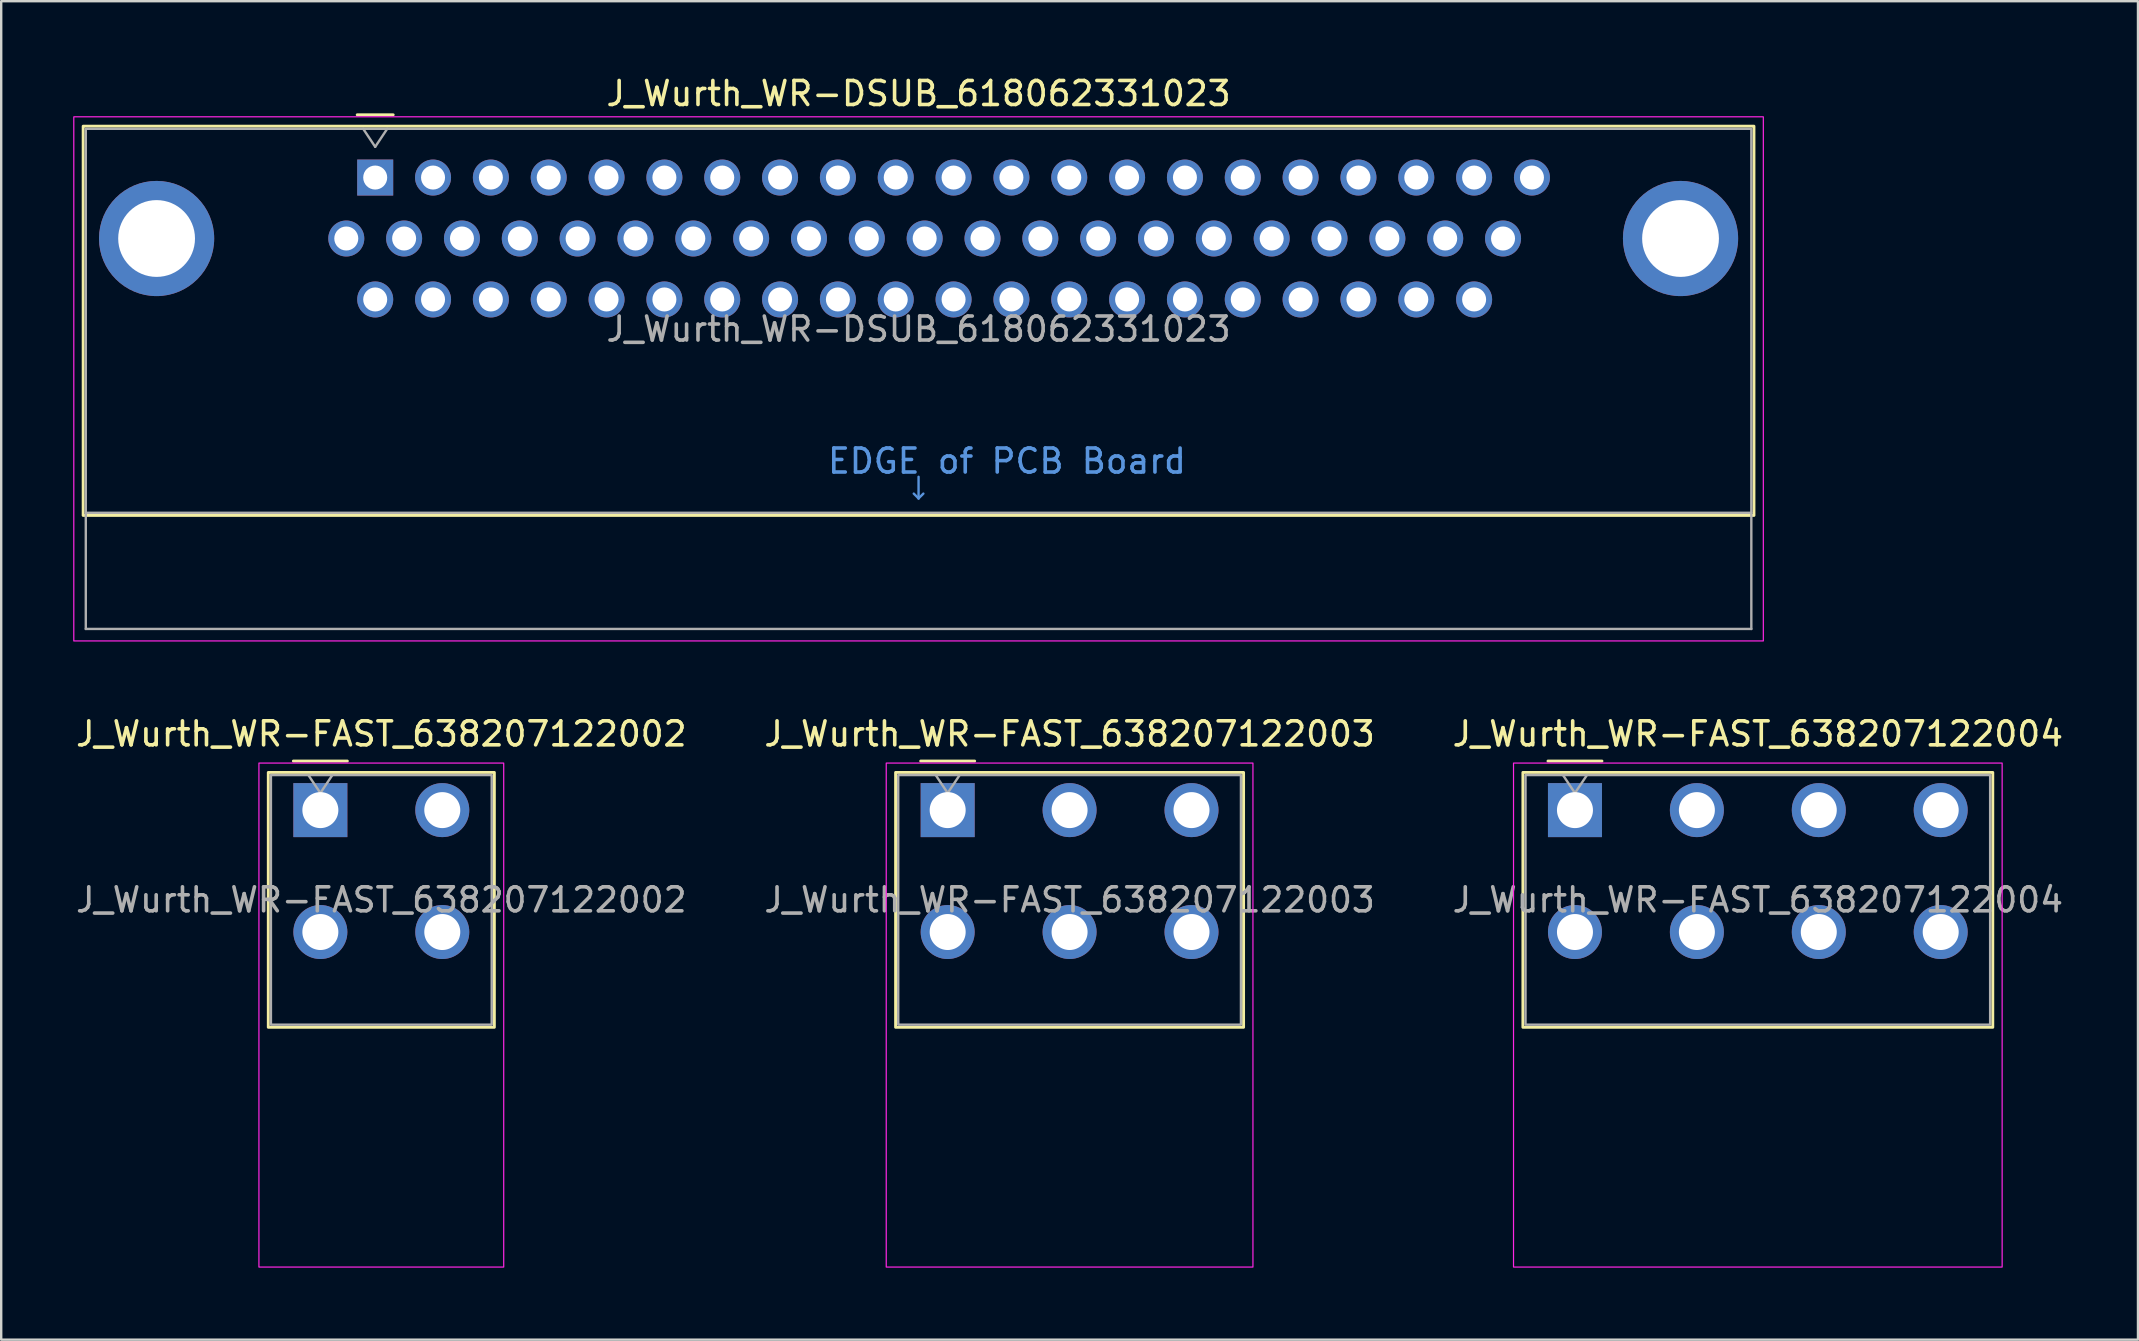
<source format=kicad_pcb>
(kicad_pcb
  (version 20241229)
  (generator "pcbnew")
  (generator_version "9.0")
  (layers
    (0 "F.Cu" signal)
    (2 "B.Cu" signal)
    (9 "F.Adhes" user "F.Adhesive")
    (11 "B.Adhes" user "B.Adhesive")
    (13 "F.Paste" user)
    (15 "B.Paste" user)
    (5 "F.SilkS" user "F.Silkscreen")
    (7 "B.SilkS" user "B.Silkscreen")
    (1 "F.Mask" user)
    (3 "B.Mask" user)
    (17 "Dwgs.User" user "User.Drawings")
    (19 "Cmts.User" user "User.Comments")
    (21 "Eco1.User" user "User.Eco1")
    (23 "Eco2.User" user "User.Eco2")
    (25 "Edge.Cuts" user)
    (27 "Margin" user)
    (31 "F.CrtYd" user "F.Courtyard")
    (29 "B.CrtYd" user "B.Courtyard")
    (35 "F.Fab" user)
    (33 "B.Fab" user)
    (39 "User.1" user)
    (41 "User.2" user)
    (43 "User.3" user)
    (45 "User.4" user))
  (footprint "J_Wurth_WR-FAST_638207122003"
    (layer "F.Cu")
    (at 36.438 30.706)
    (property "Reference" "J_Wurth_WR-FAST_638207122003" (at 5.08 -3.175 0) (unlocked yes) (layer "F.SilkS") (effects (font (size 1 1) (thickness 0.15))))
    (attr through_hole)
    (fp_line (start -1.125 -2.045) (end 1.125 -2.045) (stroke (width 0.12) (type solid)) (layer "F.SilkS"))
    (fp_rect (start -2.17 -1.57) (end 12.33 9.05) (stroke (width 0.12) (type solid)) (fill no) (layer "F.SilkS"))
    (fp_rect (start -2.56 -1.96) (end 12.72 19.04) (stroke (width 0.05) (type solid)) (fill no) (layer "F.CrtYd"))
    (fp_line (start 0 -0.71) (end -0.5 -1.46) (stroke (width 0.1) (type solid)) (layer "F.Fab"))
    (fp_line (start 0 -0.71) (end 0.5 -1.46) (stroke (width 0.1) (type solid)) (layer "F.Fab"))
    (fp_rect (start -2.06 -1.46) (end 12.22 8.94) (stroke (width 0.1) (type solid)) (fill no) (layer "F.Fab"))
    (fp_text user "${REFERENCE}" (at 5.08 3.74 0) (unlocked yes) (layer "F.Fab") (effects (font (size 1 1) (thickness 0.15))))
    (pad "1" thru_hole rect (at 0 0) (size 2.25 2.25) (drill 1.5) (layers "*.Cu" "*.Mask"))
    (pad "2" thru_hole circle (at 5.08 0) (size 2.25 2.25) (drill 1.5) (layers "*.Cu" "*.Mask"))
    (pad "3" thru_hole circle (at 10.16 0) (size 2.25 2.25) (drill 1.5) (layers "*.Cu" "*.Mask"))
    (pad "A1" thru_hole circle (at 0 5.08) (size 2.25 2.25) (drill 1.5) (layers "*.Cu" "*.Mask"))
    (pad "A2" thru_hole circle (at 5.08 5.08) (size 2.25 2.25) (drill 1.5) (layers "*.Cu" "*.Mask"))
    (pad "A3" thru_hole circle (at 10.16 5.08) (size 2.25 2.25) (drill 1.5) (layers "*.Cu" "*.Mask")))
  (footprint "J_Wurth_WR-FAST_638207122004"
    (layer "F.Cu")
    (at 62.576 30.706)
    (property "Reference" "J_Wurth_WR-FAST_638207122004" (at 7.62 -3.175 0) (unlocked yes) (layer "F.SilkS") (effects (font (size 1 1) (thickness 0.15))))
    (attr through_hole)
    (fp_line (start -1.125 -2.045) (end 1.125 -2.045) (stroke (width 0.12) (type solid)) (layer "F.SilkS"))
    (fp_rect (start -2.17 -1.57) (end 17.41 9.05) (stroke (width 0.12) (type solid)) (fill no) (layer "F.SilkS"))
    (fp_rect (start -2.56 -1.96) (end 17.8 19.04) (stroke (width 0.05) (type solid)) (fill no) (layer "F.CrtYd"))
    (fp_line (start 0 -0.71) (end -0.5 -1.46) (stroke (width 0.1) (type solid)) (layer "F.Fab"))
    (fp_line (start 0 -0.71) (end 0.5 -1.46) (stroke (width 0.1) (type solid)) (layer "F.Fab"))
    (fp_rect (start -2.06 -1.46) (end 17.3 8.94) (stroke (width 0.1) (type solid)) (fill no) (layer "F.Fab"))
    (fp_text user "${REFERENCE}" (at 7.62 3.74 0) (unlocked yes) (layer "F.Fab") (effects (font (size 1 1) (thickness 0.15))))
    (pad "1" thru_hole rect (at 0 0) (size 2.25 2.25) (drill 1.5) (layers "*.Cu" "*.Mask"))
    (pad "2" thru_hole circle (at 5.08 0) (size 2.25 2.25) (drill 1.5) (layers "*.Cu" "*.Mask"))
    (pad "3" thru_hole circle (at 10.16 0) (size 2.25 2.25) (drill 1.5) (layers "*.Cu" "*.Mask"))
    (pad "4" thru_hole circle (at 15.24 0) (size 2.25 2.25) (drill 1.5) (layers "*.Cu" "*.Mask"))
    (pad "A1" thru_hole circle (at 0 5.08) (size 2.25 2.25) (drill 1.5) (layers "*.Cu" "*.Mask"))
    (pad "A2" thru_hole circle (at 5.08 5.08) (size 2.25 2.25) (drill 1.5) (layers "*.Cu" "*.Mask"))
    (pad "A3" thru_hole circle (at 10.16 5.08) (size 2.25 2.25) (drill 1.5) (layers "*.Cu" "*.Mask"))
    (pad "A4" thru_hole circle (at 15.24 5.08) (size 2.25 2.25) (drill 1.5) (layers "*.Cu" "*.Mask")))
  (footprint "J_Wurth_WR-FAST_638207122002"
    (layer "F.Cu")
    (at 10.299 30.706)
    (property "Reference" "J_Wurth_WR-FAST_638207122002" (at 2.54 -3.175 0) (unlocked yes) (layer "F.SilkS") (effects (font (size 1 1) (thickness 0.15))))
    (attr through_hole)
    (fp_line (start -1.125 -2.045) (end 1.125 -2.045) (stroke (width 0.12) (type solid)) (layer "F.SilkS"))
    (fp_rect (start -2.17 -1.57) (end 7.25 9.05) (stroke (width 0.12) (type default)) (fill no) (layer "F.SilkS"))
    (fp_rect (start -2.56 -1.96) (end 7.64 19.04) (stroke (width 0.05) (type solid)) (fill no) (layer "F.CrtYd"))
    (fp_line (start 0 -0.71) (end -0.5 -1.46) (stroke (width 0.1) (type solid)) (layer "F.Fab"))
    (fp_line (start 0 -0.71) (end 0.5 -1.46) (stroke (width 0.1) (type solid)) (layer "F.Fab"))
    (fp_rect (start -2.06 -1.46) (end 7.14 8.94) (stroke (width 0.1) (type solid)) (fill no) (layer "F.Fab"))
    (fp_text user "${REFERENCE}" (at 2.54 3.74 0) (unlocked yes) (layer "F.Fab") (effects (font (size 1 1) (thickness 0.15))))
    (pad "1" thru_hole rect (at 0 0) (size 2.25 2.25) (drill 1.5) (layers "*.Cu" "*.Mask"))
    (pad "2" thru_hole circle (at 5.08 0) (size 2.25 2.25) (drill 1.5) (layers "*.Cu" "*.Mask"))
    (pad "A1" thru_hole circle (at 0 5.08) (size 2.25 2.25) (drill 1.5) (layers "*.Cu" "*.Mask"))
    (pad "A2" thru_hole circle (at 5.08 5.08) (size 2.25 2.25) (drill 1.5) (layers "*.Cu" "*.Mask")))
  (footprint "J_Wurth_WR-DSUB_618062331023"
    (layer "F.Cu")
    (at 12.584 4.348)
    (property "Reference" "J_Wurth_WR-DSUB_618062331023" (at 22.641 -3.5 0) (unlocked yes) (layer "F.SilkS") (effects (font (size 1 1) (thickness 0.15))))
    (attr through_hole)
    (fp_line (start 0.75 -2.615) (end -0.75 -2.615) (stroke (width 0.12) (type solid)) (layer "F.SilkS"))
    (fp_rect (start -12.169 -2.14) (end 57.451 14.08) (stroke (width 0.12) (type solid)) (fill no) (layer "F.SilkS"))
    (fp_line (start 22.641 12.47) (end 22.641 13.37) (stroke (width 0.1) (type solid)) (layer "Cmts.User"))
    (fp_line (start 22.641 13.37) (end 22.441 13.17) (stroke (width 0.1) (type solid)) (layer "Cmts.User"))
    (fp_line (start 22.641 13.37) (end 22.841 13.17) (stroke (width 0.1) (type solid)) (layer "Cmts.User"))
    (fp_rect (start -12.559 -2.53) (end 57.841 19.31) (stroke (width 0.05) (type solid)) (fill no) (layer "F.CrtYd"))
    (fp_line (start -12.059 18.81) (end -12.059 13.97) (stroke (width 0.1) (type solid)) (layer "F.Fab"))
    (fp_line (start 0 -1.28) (end -0.5 -2.03) (stroke (width 0.1) (type solid)) (layer "F.Fab"))
    (fp_line (start 0 -1.28) (end 0.5 -2.03) (stroke (width 0.1) (type solid)) (layer "F.Fab"))
    (fp_line (start 57.341 13.97) (end 57.341 18.81) (stroke (width 0.1) (type solid)) (layer "F.Fab"))
    (fp_line (start 57.341 18.81) (end -12.059 18.81) (stroke (width 0.1) (type solid)) (layer "F.Fab"))
    (fp_rect (start -12.059 -2.03) (end 57.341 13.97) (stroke (width 0.1) (type solid)) (fill no) (layer "F.Fab"))
    (fp_text user " EDGE of PCB Board" (at 18.011 12.4 0) (unlocked yes) (layer "Cmts.User") (effects (font (size 1 1) (thickness 0.15)) (justify left bottom)))
    (fp_text user "${REFERENCE}" (at 22.641 6.315 0) (unlocked yes) (layer "F.Fab") (effects (font (size 1 1) (thickness 0.15))))
    (pad "1" thru_hole rect (at 0 0) (size 1.5 1.5) (drill 1) (layers "*.Cu" "*.Mask"))
    (pad "2" thru_hole circle (at 2.41 0) (size 1.5 1.5) (drill 1) (layers "*.Cu" "*.Mask"))
    (pad "3" thru_hole circle (at 4.82 0) (size 1.5 1.5) (drill 1) (layers "*.Cu" "*.Mask"))
    (pad "4" thru_hole circle (at 7.23 0) (size 1.5 1.5) (drill 1) (layers "*.Cu" "*.Mask"))
    (pad "5" thru_hole circle (at 9.64 0) (size 1.5 1.5) (drill 1) (layers "*.Cu" "*.Mask"))
    (pad "6" thru_hole circle (at 12.05 0) (size 1.5 1.5) (drill 1) (layers "*.Cu" "*.Mask"))
    (pad "7" thru_hole circle (at 14.46 0) (size 1.5 1.5) (drill 1) (layers "*.Cu" "*.Mask"))
    (pad "8" thru_hole circle (at 16.87 0) (size 1.5 1.5) (drill 1) (layers "*.Cu" "*.Mask"))
    (pad "9" thru_hole circle (at 19.28 0) (size 1.5 1.5) (drill 1) (layers "*.Cu" "*.Mask"))
    (pad "10" thru_hole circle (at 21.69 0) (size 1.5 1.5) (drill 1) (layers "*.Cu" "*.Mask"))
    (pad "11" thru_hole circle (at 24.1 0) (size 1.5 1.5) (drill 1) (layers "*.Cu" "*.Mask"))
    (pad "12" thru_hole circle (at 26.51 0) (size 1.5 1.5) (drill 1) (layers "*.Cu" "*.Mask"))
    (pad "13" thru_hole circle (at 28.92 0) (size 1.5 1.5) (drill 1) (layers "*.Cu" "*.Mask"))
    (pad "14" thru_hole circle (at 31.33 0) (size 1.5 1.5) (drill 1) (layers "*.Cu" "*.Mask"))
    (pad "15" thru_hole circle (at 33.74 0) (size 1.5 1.5) (drill 1) (layers "*.Cu" "*.Mask"))
    (pad "16" thru_hole circle (at 36.15 0) (size 1.5 1.5) (drill 1) (layers "*.Cu" "*.Mask"))
    (pad "17" thru_hole circle (at 38.56 0) (size 1.5 1.5) (drill 1) (layers "*.Cu" "*.Mask"))
    (pad "18" thru_hole circle (at 40.97 0) (size 1.5 1.5) (drill 1) (layers "*.Cu" "*.Mask"))
    (pad "19" thru_hole circle (at 43.38 0) (size 1.5 1.5) (drill 1) (layers "*.Cu" "*.Mask"))
    (pad "20" thru_hole circle (at 45.79 0) (size 1.5 1.5) (drill 1) (layers "*.Cu" "*.Mask"))
    (pad "21" thru_hole circle (at 48.2 0) (size 1.5 1.5) (drill 1) (layers "*.Cu" "*.Mask"))
    (pad "22" thru_hole circle (at -1.205 2.54) (size 1.5 1.5) (drill 1) (layers "*.Cu" "*.Mask"))
    (pad "23" thru_hole circle (at 1.205 2.54) (size 1.5 1.5) (drill 1) (layers "*.Cu" "*.Mask"))
    (pad "24" thru_hole circle (at 3.615 2.54) (size 1.5 1.5) (drill 1) (layers "*.Cu" "*.Mask"))
    (pad "25" thru_hole circle (at 6.025 2.54) (size 1.5 1.5) (drill 1) (layers "*.Cu" "*.Mask"))
    (pad "26" thru_hole circle (at 8.435 2.54) (size 1.5 1.5) (drill 1) (layers "*.Cu" "*.Mask"))
    (pad "27" thru_hole circle (at 10.845 2.54) (size 1.5 1.5) (drill 1) (layers "*.Cu" "*.Mask"))
    (pad "28" thru_hole circle (at 13.255 2.54) (size 1.5 1.5) (drill 1) (layers "*.Cu" "*.Mask"))
    (pad "29" thru_hole circle (at 15.665 2.54) (size 1.5 1.5) (drill 1) (layers "*.Cu" "*.Mask"))
    (pad "30" thru_hole circle (at 18.075 2.54) (size 1.5 1.5) (drill 1) (layers "*.Cu" "*.Mask"))
    (pad "31" thru_hole circle (at 20.485 2.54) (size 1.5 1.5) (drill 1) (layers "*.Cu" "*.Mask"))
    (pad "32" thru_hole circle (at 22.895 2.54) (size 1.5 1.5) (drill 1) (layers "*.Cu" "*.Mask"))
    (pad "33" thru_hole circle (at 25.305 2.54) (size 1.5 1.5) (drill 1) (layers "*.Cu" "*.Mask"))
    (pad "34" thru_hole circle (at 27.715 2.54) (size 1.5 1.5) (drill 1) (layers "*.Cu" "*.Mask"))
    (pad "35" thru_hole circle (at 30.125 2.54) (size 1.5 1.5) (drill 1) (layers "*.Cu" "*.Mask"))
    (pad "36" thru_hole circle (at 32.535 2.54) (size 1.5 1.5) (drill 1) (layers "*.Cu" "*.Mask"))
    (pad "37" thru_hole circle (at 34.945 2.54) (size 1.5 1.5) (drill 1) (layers "*.Cu" "*.Mask"))
    (pad "38" thru_hole circle (at 37.355 2.54) (size 1.5 1.5) (drill 1) (layers "*.Cu" "*.Mask"))
    (pad "39" thru_hole circle (at 39.765 2.54) (size 1.5 1.5) (drill 1) (layers "*.Cu" "*.Mask"))
    (pad "40" thru_hole circle (at 42.175 2.54) (size 1.5 1.5) (drill 1) (layers "*.Cu" "*.Mask"))
    (pad "41" thru_hole circle (at 44.585 2.54) (size 1.5 1.5) (drill 1) (layers "*.Cu" "*.Mask"))
    (pad "42" thru_hole circle (at 46.995 2.54) (size 1.5 1.5) (drill 1) (layers "*.Cu" "*.Mask"))
    (pad "43" thru_hole circle (at 0 5.08) (size 1.5 1.5) (drill 1) (layers "*.Cu" "*.Mask"))
    (pad "44" thru_hole circle (at 2.41 5.08) (size 1.5 1.5) (drill 1) (layers "*.Cu" "*.Mask"))
    (pad "45" thru_hole circle (at 4.82 5.08) (size 1.5 1.5) (drill 1) (layers "*.Cu" "*.Mask"))
    (pad "46" thru_hole circle (at 7.23 5.08) (size 1.5 1.5) (drill 1) (layers "*.Cu" "*.Mask"))
    (pad "47" thru_hole circle (at 9.64 5.08) (size 1.5 1.5) (drill 1) (layers "*.Cu" "*.Mask"))
    (pad "48" thru_hole circle (at 12.05 5.08) (size 1.5 1.5) (drill 1) (layers "*.Cu" "*.Mask"))
    (pad "49" thru_hole circle (at 14.46 5.08) (size 1.5 1.5) (drill 1) (layers "*.Cu" "*.Mask"))
    (pad "50" thru_hole circle (at 16.87 5.08) (size 1.5 1.5) (drill 1) (layers "*.Cu" "*.Mask"))
    (pad "51" thru_hole circle (at 19.28 5.08) (size 1.5 1.5) (drill 1) (layers "*.Cu" "*.Mask"))
    (pad "52" thru_hole circle (at 21.69 5.08) (size 1.5 1.5) (drill 1) (layers "*.Cu" "*.Mask"))
    (pad "53" thru_hole circle (at 24.1 5.08) (size 1.5 1.5) (drill 1) (layers "*.Cu" "*.Mask"))
    (pad "54" thru_hole circle (at 26.51 5.08) (size 1.5 1.5) (drill 1) (layers "*.Cu" "*.Mask"))
    (pad "55" thru_hole circle (at 28.92 5.08) (size 1.5 1.5) (drill 1) (layers "*.Cu" "*.Mask"))
    (pad "56" thru_hole circle (at 31.33 5.08) (size 1.5 1.5) (drill 1) (layers "*.Cu" "*.Mask"))
    (pad "57" thru_hole circle (at 33.74 5.08) (size 1.5 1.5) (drill 1) (layers "*.Cu" "*.Mask"))
    (pad "58" thru_hole circle (at 36.15 5.08) (size 1.5 1.5) (drill 1) (layers "*.Cu" "*.Mask"))
    (pad "59" thru_hole circle (at 38.56 5.08) (size 1.5 1.5) (drill 1) (layers "*.Cu" "*.Mask"))
    (pad "60" thru_hole circle (at 40.97 5.08) (size 1.5 1.5) (drill 1) (layers "*.Cu" "*.Mask"))
    (pad "61" thru_hole circle (at 43.38 5.08) (size 1.5 1.5) (drill 1) (layers "*.Cu" "*.Mask"))
    (pad "62" thru_hole circle (at 45.79 5.08) (size 1.5 1.5) (drill 1) (layers "*.Cu" "*.Mask"))
    (pad "S1" thru_hole circle (at -9.109 2.54) (size 4.8 4.8) (drill 3.2) (layers "*.Cu" "*.Mask"))
    (pad "S2" thru_hole circle (at 54.391 2.54) (size 4.8 4.8) (drill 3.2) (layers "*.Cu" "*.Mask")))
  (gr_rect
    (start -3 -3)
    (end 86.036 52.772)
    (stroke (width 0.1) (type default))
    (fill no)
    (layer "Edge.Cuts")))
</source>
